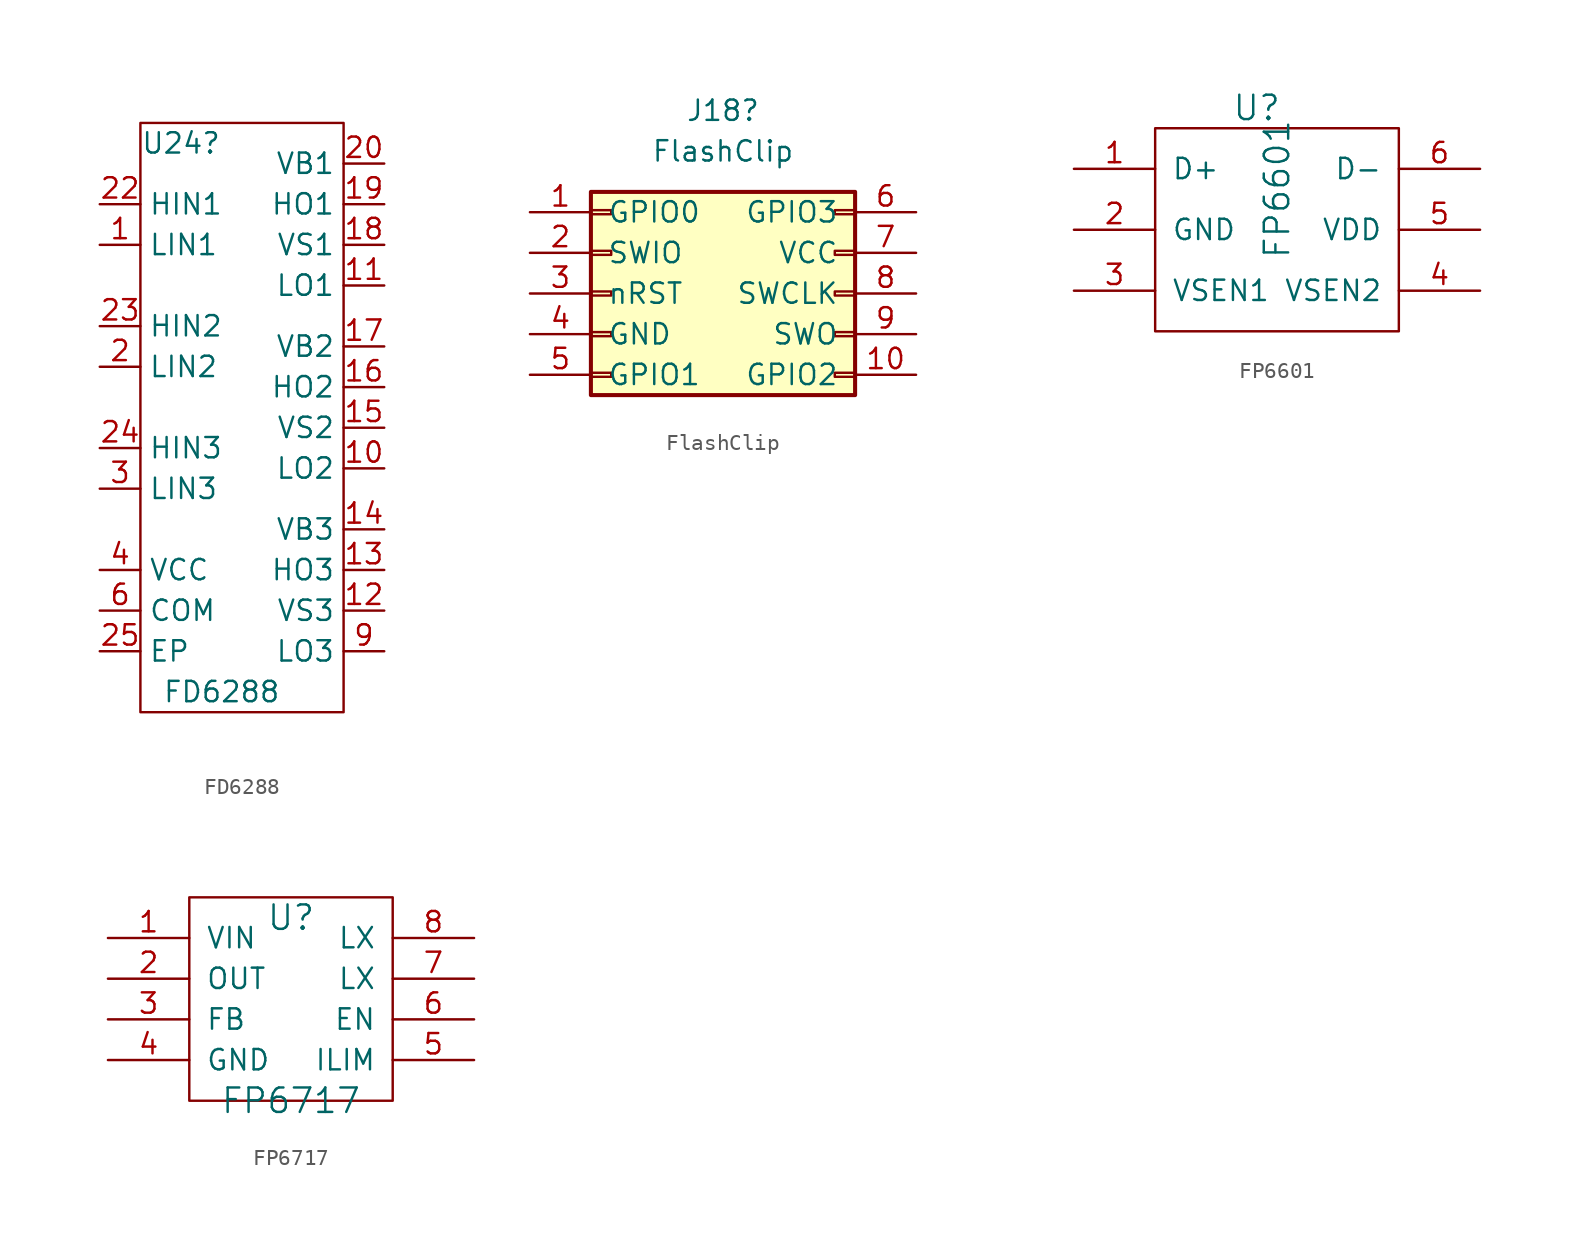
<source format=kicad_sym>
(kicad_symbol_lib
  (version 20220914)
  (generator kicad_symbol_editor)
  (symbol "FD6288"
    (property "Reference" "U24"
      (at -3.81 16.51 0)
      (effects (font (size 1.27 1.27))))
    (property "Value" "FD6288"
      (at -1.27 -17.78 0)
      (effects (font (size 1.27 1.27))))
    (symbol "FD6288_0_1"
      (rectangle (start -6.35 17.78) (end 6.35 -19.05) (stroke (width 0) (type default)) (fill (type none))))
    (symbol "FD6288_1_1"
      (pin input line (at -8.89 10.16 0) (length 2.54) (name "LIN1" (effects (font (size 1.27 1.27)))) (number "1" (effects (font (size 1.27 1.27)))))
      (pin input line (at 8.89 -3.81 180) (length 2.54) (name "LO2" (effects (font (size 1.27 1.27)))) (number "10" (effects (font (size 1.27 1.27)))))
      (pin input line (at 8.89 7.62 180) (length 2.54) (name "LO1" (effects (font (size 1.27 1.27)))) (number "11" (effects (font (size 1.27 1.27)))))
      (pin input line (at 8.89 -12.7 180) (length 2.54) (name "VS3" (effects (font (size 1.27 1.27)))) (number "12" (effects (font (size 1.27 1.27)))))
      (pin input line (at 8.89 -10.16 180) (length 2.54) (name "HO3" (effects (font (size 1.27 1.27)))) (number "13" (effects (font (size 1.27 1.27)))))
      (pin input line (at 8.89 -7.62 180) (length 2.54) (name "VB3" (effects (font (size 1.27 1.27)))) (number "14" (effects (font (size 1.27 1.27)))))
      (pin input line (at 8.89 -1.27 180) (length 2.54) (name "VS2" (effects (font (size 1.27 1.27)))) (number "15" (effects (font (size 1.27 1.27)))))
      (pin input line (at 8.89 1.27 180) (length 2.54) (name "HO2" (effects (font (size 1.27 1.27)))) (number "16" (effects (font (size 1.27 1.27)))))
      (pin input line (at 8.89 3.81 180) (length 2.54) (name "VB2" (effects (font (size 1.27 1.27)))) (number "17" (effects (font (size 1.27 1.27)))))
      (pin input line (at 8.89 10.16 180) (length 2.54) (name "VS1" (effects (font (size 1.27 1.27)))) (number "18" (effects (font (size 1.27 1.27)))))
      (pin input line (at 8.89 12.7 180) (length 2.54) (name "HO1" (effects (font (size 1.27 1.27)))) (number "19" (effects (font (size 1.27 1.27)))))
      (pin input line (at -8.89 2.54 0) (length 2.54) (name "LIN2" (effects (font (size 1.27 1.27)))) (number "2" (effects (font (size 1.27 1.27)))))
      (pin input line (at 8.89 15.24 180) (length 2.54) (name "VB1" (effects (font (size 1.27 1.27)))) (number "20" (effects (font (size 1.27 1.27)))))
      (pin no_connect line (at -6.35 -7.62 0) (length 2.54) hide (name "NC" (effects (font (size 1.27 1.27)))) (number "21" (effects (font (size 1.27 1.27)))))
      (pin input line (at -8.89 12.7 0) (length 2.54) (name "HIN1" (effects (font (size 1.27 1.27)))) (number "22" (effects (font (size 1.27 1.27)))))
      (pin input line (at -8.89 5.08 0) (length 2.54) (name "HIN2" (effects (font (size 1.27 1.27)))) (number "23" (effects (font (size 1.27 1.27)))))
      (pin input line (at -8.89 -2.54 0) (length 2.54) (name "HIN3" (effects (font (size 1.27 1.27)))) (number "24" (effects (font (size 1.27 1.27)))))
      (pin input line (at -8.89 -15.24 0) (length 2.54) (name "EP" (effects (font (size 1.27 1.27)))) (number "25" (effects (font (size 1.27 1.27)))))
      (pin input line (at -8.89 -5.08 0) (length 2.54) (name "LIN3" (effects (font (size 1.27 1.27)))) (number "3" (effects (font (size 1.27 1.27)))))
      (pin input line (at -8.89 -10.16 0) (length 2.54) (name "VCC" (effects (font (size 1.27 1.27)))) (number "4" (effects (font (size 1.27 1.27)))))
      (pin no_connect line (at -6.35 0 0) (length 2.54) hide (name "NC" (effects (font (size 1.27 1.27)))) (number "5" (effects (font (size 1.27 1.27)))))
      (pin input line (at -8.89 -12.7 0) (length 2.54) (name "COM" (effects (font (size 1.27 1.27)))) (number "6" (effects (font (size 1.27 1.27)))))
      (pin no_connect line (at -2.54 -15.24 0) (length 2.54) hide (name "NC" (effects (font (size 1.27 1.27)))) (number "7" (effects (font (size 1.27 1.27)))))
      (pin no_connect line (at -6.35 7.62 0) (length 2.54) hide (name "NC" (effects (font (size 1.27 1.27)))) (number "8" (effects (font (size 1.27 1.27)))))
      (pin input line (at 8.89 -15.24 180) (length 2.54) (name "LO3" (effects (font (size 1.27 1.27)))) (number "9" (effects (font (size 1.27 1.27)))))))
  (symbol "FlashClip"
    (pin_names
      (offset 1.016))
    (property "Reference" "J18"
      (at 0.635 11.43 0)
      (effects (font (size 1.27 1.27))))
    (property "Value" "FlashClip"
      (at 0.635 8.89 0)
      (effects (font (size 1.27 1.27))))
    (symbol "FlashClip_1_1"
      (rectangle (start -7.62 -4.953) (end -6.35 -5.207) (stroke (width 0.152) (type default)) (fill (type none)))
      (rectangle (start -7.62 -2.413) (end -6.35 -2.667) (stroke (width 0.152) (type default)) (fill (type none)))
      (rectangle (start -7.62 0.127) (end -6.35 -0.127) (stroke (width 0.152) (type default)) (fill (type none)))
      (rectangle (start -7.62 2.667) (end -6.35 2.413) (stroke (width 0.152) (type default)) (fill (type none)))
      (rectangle (start -7.62 5.207) (end -6.35 4.953) (stroke (width 0.152) (type default)) (fill (type none)))
      (rectangle (start -7.62 6.35) (end 8.89 -6.35) (stroke (width 0.254) (type default)) (fill (type background)))
      (rectangle (start 8.89 -4.953) (end 7.62 -5.207) (stroke (width 0.152) (type default)) (fill (type none)))
      (rectangle (start 8.89 -2.413) (end 7.62 -2.667) (stroke (width 0.152) (type default)) (fill (type none)))
      (rectangle (start 8.89 0.127) (end 7.62 -0.127) (stroke (width 0.152) (type default)) (fill (type none)))
      (rectangle (start 8.89 2.667) (end 7.62 2.413) (stroke (width 0.152) (type default)) (fill (type none)))
      (rectangle (start 8.89 5.207) (end 7.62 4.953) (stroke (width 0.152) (type default)) (fill (type none)))
      (pin passive line (at -11.43 5.08 0) (length 3.81) (name "GPIO0" (effects (font (size 1.27 1.27)))) (number "1" (effects (font (size 1.27 1.27)))))
      (pin passive line (at 12.7 -5.08 180) (length 3.81) (name "GPIO2" (effects (font (size 1.27 1.27)))) (number "10" (effects (font (size 1.27 1.27)))))
      (pin passive line (at -11.43 2.54 0) (length 3.81) (name "SWIO" (effects (font (size 1.27 1.27)))) (number "2" (effects (font (size 1.27 1.27)))))
      (pin passive line (at -11.43 0 0) (length 3.81) (name "nRST" (effects (font (size 1.27 1.27)))) (number "3" (effects (font (size 1.27 1.27)))))
      (pin passive line (at -11.43 -2.54 0) (length 3.81) (name "GND" (effects (font (size 1.27 1.27)))) (number "4" (effects (font (size 1.27 1.27)))))
      (pin passive line (at -11.43 -5.08 0) (length 3.81) (name "GPIO1" (effects (font (size 1.27 1.27)))) (number "5" (effects (font (size 1.27 1.27)))))
      (pin passive line (at 12.7 5.08 180) (length 3.81) (name "GPIO3" (effects (font (size 1.27 1.27)))) (number "6" (effects (font (size 1.27 1.27)))))
      (pin passive line (at 12.7 2.54 180) (length 3.81) (name "VCC" (effects (font (size 1.27 1.27)))) (number "7" (effects (font (size 1.27 1.27)))))
      (pin passive line (at 12.7 0 180) (length 3.81) (name "SWCLK" (effects (font (size 1.27 1.27)))) (number "8" (effects (font (size 1.27 1.27)))))
      (pin passive line (at 12.7 -2.54 180) (length 3.81) (name "SWO" (effects (font (size 1.27 1.27)))) (number "9" (effects (font (size 1.27 1.27)))))))
  (symbol "FP6601"
    (pin_names
      (offset 1.016))
    (property "Reference" "U"
      (at 0 8.89 0)
      (effects (font (size 1.524 1.524))))
    (property "Value" "FP6601"
      (at 1.27 3.81 90)
      (effects (font (size 1.524 1.524))))
    (property "Footprint" ""
      (at 0 0 0)
      (effects (font (size 1.524 1.524))))
    (property "Datasheet" ""
      (at 0 0 0)
      (effects (font (size 1.524 1.524))))
    (symbol "FP6601_0_1"
      (rectangle (start -6.35 7.62) (end 8.89 -5.08) (stroke (width 0) (type default)) (fill (type none))))
    (symbol "FP6601_1_1"
      (pin input line (at -11.43 5.08 0) (length 5.08) (name "D+" (effects (font (size 1.27 1.27)))) (number "1" (effects (font (size 1.27 1.27)))))
      (pin input line (at -11.43 1.27 0) (length 5.08) (name "GND" (effects (font (size 1.27 1.27)))) (number "2" (effects (font (size 1.27 1.27)))))
      (pin input line (at -11.43 -2.54 0) (length 5.08) (name "VSEN1" (effects (font (size 1.27 1.27)))) (number "3" (effects (font (size 1.27 1.27)))))
      (pin input line (at 13.97 -2.54 180) (length 5.08) (name "VSEN2" (effects (font (size 1.27 1.27)))) (number "4" (effects (font (size 1.27 1.27)))))
      (pin input line (at 13.97 1.27 180) (length 5.08) (name "VDD" (effects (font (size 1.27 1.27)))) (number "5" (effects (font (size 1.27 1.27)))))
      (pin input line (at 13.97 5.08 180) (length 5.08) (name "D-" (effects (font (size 1.27 1.27)))) (number "6" (effects (font (size 1.27 1.27)))))))
  (symbol "FP6717"
    (pin_names
      (offset 1.016))
    (property "Reference" "U"
      (at 0 5.08 0)
      (effects (font (size 1.524 1.524))))
    (property "Value" "FP6717"
      (at 0 -6.35 0)
      (effects (font (size 1.524 1.524))))
    (property "Footprint" ""
      (at 0 0 0)
      (effects (font (size 1.524 1.524))))
    (property "Datasheet" ""
      (at 0 0 0)
      (effects (font (size 1.524 1.524))))
    (symbol "FP6717_0_1"
      (rectangle (start -6.35 6.35) (end 6.35 -6.35) (stroke (width 0) (type default)) (fill (type none))))
    (symbol "FP6717_1_1"
      (pin input line (at -11.43 3.81 0) (length 5.08) (name "VIN" (effects (font (size 1.27 1.27)))) (number "1" (effects (font (size 1.27 1.27)))))
      (pin input line (at -11.43 1.27 0) (length 5.08) (name "OUT" (effects (font (size 1.27 1.27)))) (number "2" (effects (font (size 1.27 1.27)))))
      (pin input line (at -11.43 -1.27 0) (length 5.08) (name "FB" (effects (font (size 1.27 1.27)))) (number "3" (effects (font (size 1.27 1.27)))))
      (pin input line (at -11.43 -3.81 0) (length 5.08) (name "GND" (effects (font (size 1.27 1.27)))) (number "4" (effects (font (size 1.27 1.27)))))
      (pin input line (at 11.43 -3.81 180) (length 5.08) (name "ILIM" (effects (font (size 1.27 1.27)))) (number "5" (effects (font (size 1.27 1.27)))))
      (pin input line (at 11.43 -1.27 180) (length 5.08) (name "EN" (effects (font (size 1.27 1.27)))) (number "6" (effects (font (size 1.27 1.27)))))
      (pin input line (at 11.43 1.27 180) (length 5.08) (name "LX" (effects (font (size 1.27 1.27)))) (number "7" (effects (font (size 1.27 1.27)))))
      (pin input line (at 11.43 3.81 180) (length 5.08) (name "LX" (effects (font (size 1.27 1.27)))) (number "8" (effects (font (size 1.27 1.27))))))))
</source>
